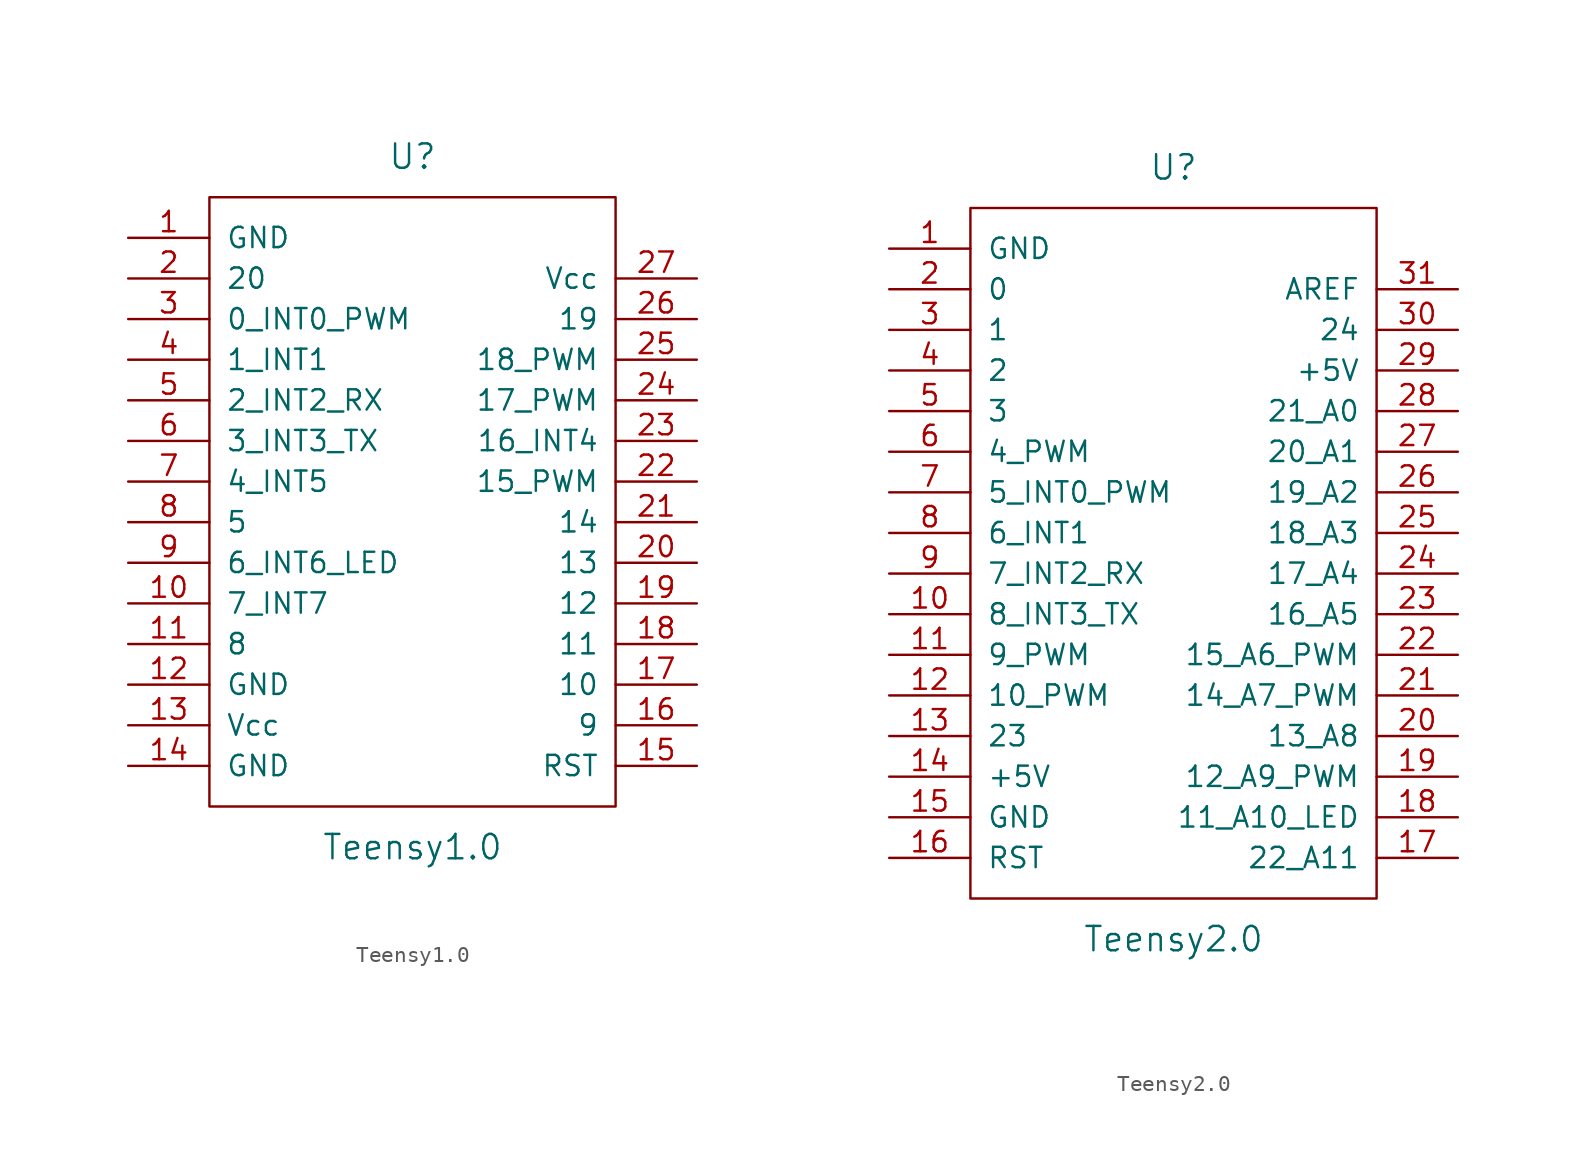
<source format=kicad_sym>
(kicad_symbol_lib
  (version 20211014)
  (generator kicad_symbol_editor)
  (symbol "Teensy1.0"
    (pin_names
      (offset 1.016))
    (property "Reference" "U"
      (at 0 19.05 0)
      (effects (font (size 1.524 1.524))))
    (property "Value" "Teensy1.0"
      (at 0 -24.13 0)
      (effects (font (size 1.524 1.524))))
    (property "Footprint" ""
      (at 2.54 -24.13 0)
      (effects (font (size 1.524 1.524))))
    (property "Datasheet" ""
      (at 2.54 -24.13 0)
      (effects (font (size 1.524 1.524))))
    (symbol "Teensy1.0_0_1"
      (rectangle (start -12.7 16.51) (end 12.7 -21.59) (stroke (width 0) (type default)) (fill (type none))))
    (symbol "Teensy1.0_1_1"
      (pin power_in line (at -17.78 13.97 0) (length 5.08) (name "GND" (effects (font (size 1.27 1.27)))) (number "1" (effects (font (size 1.27 1.27)))))
      (pin bidirectional line (at -17.78 -8.89 0) (length 5.08) (name "7_INT7" (effects (font (size 1.27 1.27)))) (number "10" (effects (font (size 1.27 1.27)))))
      (pin bidirectional line (at -17.78 -11.43 0) (length 5.08) (name "8" (effects (font (size 1.27 1.27)))) (number "11" (effects (font (size 1.27 1.27)))))
      (pin power_in line (at -17.78 -13.97 0) (length 5.08) (name "GND" (effects (font (size 1.27 1.27)))) (number "12" (effects (font (size 1.27 1.27)))))
      (pin power_in line (at -17.78 -16.51 0) (length 5.08) (name "Vcc" (effects (font (size 1.27 1.27)))) (number "13" (effects (font (size 1.27 1.27)))))
      (pin power_in line (at -17.78 -19.05 0) (length 5.08) (name "GND" (effects (font (size 1.27 1.27)))) (number "14" (effects (font (size 1.27 1.27)))))
      (pin input line (at 17.78 -19.05 180) (length 5.08) (name "RST" (effects (font (size 1.27 1.27)))) (number "15" (effects (font (size 1.27 1.27)))))
      (pin bidirectional line (at 17.78 -16.51 180) (length 5.08) (name "9" (effects (font (size 1.27 1.27)))) (number "16" (effects (font (size 1.27 1.27)))))
      (pin bidirectional line (at 17.78 -13.97 180) (length 5.08) (name "10" (effects (font (size 1.27 1.27)))) (number "17" (effects (font (size 1.27 1.27)))))
      (pin bidirectional line (at 17.78 -11.43 180) (length 5.08) (name "11" (effects (font (size 1.27 1.27)))) (number "18" (effects (font (size 1.27 1.27)))))
      (pin bidirectional line (at 17.78 -8.89 180) (length 5.08) (name "12" (effects (font (size 1.27 1.27)))) (number "19" (effects (font (size 1.27 1.27)))))
      (pin bidirectional line (at -17.78 11.43 0) (length 5.08) (name "20" (effects (font (size 1.27 1.27)))) (number "2" (effects (font (size 1.27 1.27)))))
      (pin bidirectional line (at 17.78 -6.35 180) (length 5.08) (name "13" (effects (font (size 1.27 1.27)))) (number "20" (effects (font (size 1.27 1.27)))))
      (pin bidirectional line (at 17.78 -3.81 180) (length 5.08) (name "14" (effects (font (size 1.27 1.27)))) (number "21" (effects (font (size 1.27 1.27)))))
      (pin bidirectional line (at 17.78 -1.27 180) (length 5.08) (name "15_PWM" (effects (font (size 1.27 1.27)))) (number "22" (effects (font (size 1.27 1.27)))))
      (pin bidirectional line (at 17.78 1.27 180) (length 5.08) (name "16_INT4" (effects (font (size 1.27 1.27)))) (number "23" (effects (font (size 1.27 1.27)))))
      (pin bidirectional line (at 17.78 3.81 180) (length 5.08) (name "17_PWM" (effects (font (size 1.27 1.27)))) (number "24" (effects (font (size 1.27 1.27)))))
      (pin bidirectional line (at 17.78 6.35 180) (length 5.08) (name "18_PWM" (effects (font (size 1.27 1.27)))) (number "25" (effects (font (size 1.27 1.27)))))
      (pin bidirectional line (at 17.78 8.89 180) (length 5.08) (name "19" (effects (font (size 1.27 1.27)))) (number "26" (effects (font (size 1.27 1.27)))))
      (pin power_in line (at 17.78 11.43 180) (length 5.08) (name "Vcc" (effects (font (size 1.27 1.27)))) (number "27" (effects (font (size 1.27 1.27)))))
      (pin bidirectional line (at -17.78 8.89 0) (length 5.08) (name "0_INT0_PWM" (effects (font (size 1.27 1.27)))) (number "3" (effects (font (size 1.27 1.27)))))
      (pin bidirectional line (at -17.78 6.35 0) (length 5.08) (name "1_INT1" (effects (font (size 1.27 1.27)))) (number "4" (effects (font (size 1.27 1.27)))))
      (pin bidirectional line (at -17.78 3.81 0) (length 5.08) (name "2_INT2_RX" (effects (font (size 1.27 1.27)))) (number "5" (effects (font (size 1.27 1.27)))))
      (pin bidirectional line (at -17.78 1.27 0) (length 5.08) (name "3_INT3_TX" (effects (font (size 1.27 1.27)))) (number "6" (effects (font (size 1.27 1.27)))))
      (pin bidirectional line (at -17.78 -1.27 0) (length 5.08) (name "4_INT5" (effects (font (size 1.27 1.27)))) (number "7" (effects (font (size 1.27 1.27)))))
      (pin bidirectional line (at -17.78 -3.81 0) (length 5.08) (name "5" (effects (font (size 1.27 1.27)))) (number "8" (effects (font (size 1.27 1.27)))))
      (pin bidirectional line (at -17.78 -6.35 0) (length 5.08) (name "6_INT6_LED" (effects (font (size 1.27 1.27)))) (number "9" (effects (font (size 1.27 1.27)))))))
  (symbol "Teensy2.0"
    (pin_names
      (offset 1.016))
    (property "Reference" "U"
      (at 0 24.13 0)
      (effects (font (size 1.524 1.524))))
    (property "Value" "Teensy2.0"
      (at 0 -24.13 0)
      (effects (font (size 1.524 1.524))))
    (property "Footprint" ""
      (at 2.54 -26.67 0)
      (effects (font (size 1.524 1.524))))
    (property "Datasheet" ""
      (at 2.54 -26.67 0)
      (effects (font (size 1.524 1.524))))
    (symbol "Teensy2.0_0_1"
      (rectangle (start -12.7 21.59) (end 12.7 -21.59) (stroke (width 0) (type default)) (fill (type none))))
    (symbol "Teensy2.0_1_1"
      (pin power_in line (at -17.78 19.05 0) (length 5.08) (name "GND" (effects (font (size 1.27 1.27)))) (number "1" (effects (font (size 1.27 1.27)))))
      (pin bidirectional line (at -17.78 -3.81 0) (length 5.08) (name "8_INT3_TX" (effects (font (size 1.27 1.27)))) (number "10" (effects (font (size 1.27 1.27)))))
      (pin bidirectional line (at -17.78 -6.35 0) (length 5.08) (name "9_PWM" (effects (font (size 1.27 1.27)))) (number "11" (effects (font (size 1.27 1.27)))))
      (pin bidirectional line (at -17.78 -8.89 0) (length 5.08) (name "10_PWM" (effects (font (size 1.27 1.27)))) (number "12" (effects (font (size 1.27 1.27)))))
      (pin bidirectional line (at -17.78 -11.43 0) (length 5.08) (name "23" (effects (font (size 1.27 1.27)))) (number "13" (effects (font (size 1.27 1.27)))))
      (pin power_in line (at -17.78 -13.97 0) (length 5.08) (name "+5V" (effects (font (size 1.27 1.27)))) (number "14" (effects (font (size 1.27 1.27)))))
      (pin power_in line (at -17.78 -16.51 0) (length 5.08) (name "GND" (effects (font (size 1.27 1.27)))) (number "15" (effects (font (size 1.27 1.27)))))
      (pin input line (at -17.78 -19.05 0) (length 5.08) (name "RST" (effects (font (size 1.27 1.27)))) (number "16" (effects (font (size 1.27 1.27)))))
      (pin bidirectional line (at 17.78 -19.05 180) (length 5.08) (name "22_A11" (effects (font (size 1.27 1.27)))) (number "17" (effects (font (size 1.27 1.27)))))
      (pin bidirectional line (at 17.78 -16.51 180) (length 5.08) (name "11_A10_LED" (effects (font (size 1.27 1.27)))) (number "18" (effects (font (size 1.27 1.27)))))
      (pin bidirectional line (at 17.78 -13.97 180) (length 5.08) (name "12_A9_PWM" (effects (font (size 1.27 1.27)))) (number "19" (effects (font (size 1.27 1.27)))))
      (pin bidirectional line (at -17.78 16.51 0) (length 5.08) (name "0" (effects (font (size 1.27 1.27)))) (number "2" (effects (font (size 1.27 1.27)))))
      (pin bidirectional line (at 17.78 -11.43 180) (length 5.08) (name "13_A8" (effects (font (size 1.27 1.27)))) (number "20" (effects (font (size 1.27 1.27)))))
      (pin bidirectional line (at 17.78 -8.89 180) (length 5.08) (name "14_A7_PWM" (effects (font (size 1.27 1.27)))) (number "21" (effects (font (size 1.27 1.27)))))
      (pin bidirectional line (at 17.78 -6.35 180) (length 5.08) (name "15_A6_PWM" (effects (font (size 1.27 1.27)))) (number "22" (effects (font (size 1.27 1.27)))))
      (pin bidirectional line (at 17.78 -3.81 180) (length 5.08) (name "16_A5" (effects (font (size 1.27 1.27)))) (number "23" (effects (font (size 1.27 1.27)))))
      (pin bidirectional line (at 17.78 -1.27 180) (length 5.08) (name "17_A4" (effects (font (size 1.27 1.27)))) (number "24" (effects (font (size 1.27 1.27)))))
      (pin bidirectional line (at 17.78 1.27 180) (length 5.08) (name "18_A3" (effects (font (size 1.27 1.27)))) (number "25" (effects (font (size 1.27 1.27)))))
      (pin bidirectional line (at 17.78 3.81 180) (length 5.08) (name "19_A2" (effects (font (size 1.27 1.27)))) (number "26" (effects (font (size 1.27 1.27)))))
      (pin bidirectional line (at 17.78 6.35 180) (length 5.08) (name "20_A1" (effects (font (size 1.27 1.27)))) (number "27" (effects (font (size 1.27 1.27)))))
      (pin bidirectional line (at 17.78 8.89 180) (length 5.08) (name "21_A0" (effects (font (size 1.27 1.27)))) (number "28" (effects (font (size 1.27 1.27)))))
      (pin power_in line (at 17.78 11.43 180) (length 5.08) (name "+5V" (effects (font (size 1.27 1.27)))) (number "29" (effects (font (size 1.27 1.27)))))
      (pin bidirectional line (at -17.78 13.97 0) (length 5.08) (name "1" (effects (font (size 1.27 1.27)))) (number "3" (effects (font (size 1.27 1.27)))))
      (pin bidirectional line (at 17.78 13.97 180) (length 5.08) (name "24" (effects (font (size 1.27 1.27)))) (number "30" (effects (font (size 1.27 1.27)))))
      (pin input line (at 17.78 16.51 180) (length 5.08) (name "AREF" (effects (font (size 1.27 1.27)))) (number "31" (effects (font (size 1.27 1.27)))))
      (pin bidirectional line (at -17.78 11.43 0) (length 5.08) (name "2" (effects (font (size 1.27 1.27)))) (number "4" (effects (font (size 1.27 1.27)))))
      (pin bidirectional line (at -17.78 8.89 0) (length 5.08) (name "3" (effects (font (size 1.27 1.27)))) (number "5" (effects (font (size 1.27 1.27)))))
      (pin bidirectional line (at -17.78 6.35 0) (length 5.08) (name "4_PWM" (effects (font (size 1.27 1.27)))) (number "6" (effects (font (size 1.27 1.27)))))
      (pin bidirectional line (at -17.78 3.81 0) (length 5.08) (name "5_INT0_PWM" (effects (font (size 1.27 1.27)))) (number "7" (effects (font (size 1.27 1.27)))))
      (pin bidirectional line (at -17.78 1.27 0) (length 5.08) (name "6_INT1" (effects (font (size 1.27 1.27)))) (number "8" (effects (font (size 1.27 1.27)))))
      (pin bidirectional line (at -17.78 -1.27 0) (length 5.08) (name "7_INT2_RX" (effects (font (size 1.27 1.27)))) (number "9" (effects (font (size 1.27 1.27))))))))
</source>
